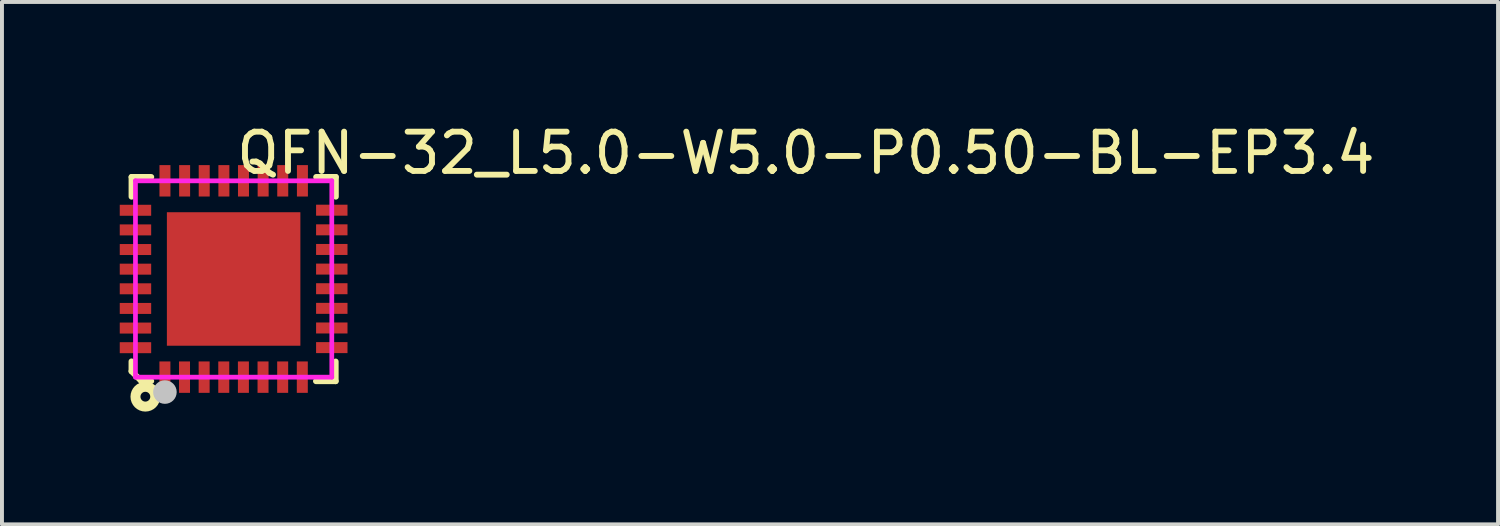
<source format=kicad_pcb>
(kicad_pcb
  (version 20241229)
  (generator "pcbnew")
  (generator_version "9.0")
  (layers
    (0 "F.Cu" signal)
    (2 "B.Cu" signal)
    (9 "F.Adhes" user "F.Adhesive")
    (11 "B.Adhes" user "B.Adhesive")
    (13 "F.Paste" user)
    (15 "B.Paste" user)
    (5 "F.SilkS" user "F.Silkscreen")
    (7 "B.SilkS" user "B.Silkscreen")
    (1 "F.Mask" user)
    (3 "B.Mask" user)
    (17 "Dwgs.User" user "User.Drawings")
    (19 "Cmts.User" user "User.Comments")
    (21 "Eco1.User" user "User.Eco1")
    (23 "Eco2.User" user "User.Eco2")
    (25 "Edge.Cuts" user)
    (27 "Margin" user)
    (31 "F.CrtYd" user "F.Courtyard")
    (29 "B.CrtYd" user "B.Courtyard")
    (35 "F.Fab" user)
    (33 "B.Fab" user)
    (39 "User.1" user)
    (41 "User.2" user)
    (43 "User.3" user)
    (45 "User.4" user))
  (footprint "QFN-32_L5.0-W5.0-P0.50-BL-EP3.4"
    (layer "F.Cu")
    (at 2.9 4.055)
    (property "Reference" "QFN-32_L5.0-W5.0-P0.50-BL-EP3.4" (at 0 -3.207 0) (layer "F.SilkS") (effects (font (size 1 1) (thickness 0.15)) (justify left)))
    (attr through_hole)
    (fp_line (start -2.6 2.1) (end -2.6 2.35) (stroke (width 0.152) (type solid)) (layer "F.SilkS"))
    (fp_line (start -2.6 2.35) (end -2.35 2.6) (stroke (width 0.152) (type solid)) (layer "F.SilkS"))
    (fp_line (start -2.599 -2.597) (end -2.599 -2.097) (stroke (width 0.152) (type solid)) (layer "F.SilkS"))
    (fp_line (start -2.599 -2.597) (end -2.099 -2.597) (stroke (width 0.152) (type solid)) (layer "F.SilkS"))
    (fp_line (start -2.35 2.6) (end -2.1 2.6) (stroke (width 0.152) (type solid)) (layer "F.SilkS"))
    (fp_line (start 2.598 2.602) (end 2.098 2.602) (stroke (width 0.152) (type solid)) (layer "F.SilkS"))
    (fp_line (start 2.598 2.602) (end 2.598 2.103) (stroke (width 0.152) (type solid)) (layer "F.SilkS"))
    (fp_line (start 2.602 -2.597) (end 2.103 -2.597) (stroke (width 0.152) (type solid)) (layer "F.SilkS"))
    (fp_line (start 2.602 -2.597) (end 2.602 -2.097) (stroke (width 0.152) (type solid)) (layer "F.SilkS"))
    (fp_circle (center -2.248 2.998) (end -2.123 2.998) (stroke (width 0.254) (type solid)) (fill no) (layer "F.SilkS"))
    (fp_circle (center -1.75 2.88) (end -1.6 2.88) (stroke (width 0.3) (type solid)) (fill no) (layer "Dwgs.User"))
    (fp_circle (center -2.5 2.5) (end -2.47 2.5) (stroke (width 0.06) (type solid)) (fill no) (layer "Eco2.User"))
    (fp_poly (pts (xy -2.1 -1.635) (xy -2.1 -1.865) (xy -2.5 -1.865) (xy -2.5 -1.635)) (stroke (width 0.12) (type solid)) (fill no) (layer "Eco2.User"))
    (fp_poly (pts (xy -2.1 -1.135) (xy -2.1 -1.365) (xy -2.5 -1.365) (xy -2.5 -1.135)) (stroke (width 0.12) (type solid)) (fill no) (layer "Eco2.User"))
    (fp_poly (pts (xy -2.1 -0.635) (xy -2.1 -0.865) (xy -2.5 -0.865) (xy -2.5 -0.635)) (stroke (width 0.12) (type solid)) (fill no) (layer "Eco2.User"))
    (fp_poly (pts (xy -2.1 -0.135) (xy -2.1 -0.365) (xy -2.5 -0.365) (xy -2.5 -0.135)) (stroke (width 0.12) (type solid)) (fill no) (layer "Eco2.User"))
    (fp_poly (pts (xy -2.1 0.365) (xy -2.1 0.135) (xy -2.5 0.135) (xy -2.5 0.365)) (stroke (width 0.12) (type solid)) (fill no) (layer "Eco2.User"))
    (fp_poly (pts (xy -2.1 0.865) (xy -2.1 0.635) (xy -2.5 0.635) (xy -2.5 0.865)) (stroke (width 0.12) (type solid)) (fill no) (layer "Eco2.User"))
    (fp_poly (pts (xy -2.1 1.365) (xy -2.1 1.135) (xy -2.5 1.135) (xy -2.5 1.365)) (stroke (width 0.12) (type solid)) (fill no) (layer "Eco2.User"))
    (fp_poly (pts (xy -2.1 1.865) (xy -2.1 1.635) (xy -2.5 1.635) (xy -2.5 1.865)) (stroke (width 0.12) (type solid)) (fill no) (layer "Eco2.User"))
    (fp_poly (pts (xy -1.865 -2.5) (xy -1.865 -2.1) (xy -1.635 -2.1) (xy -1.635 -2.5)) (stroke (width 0.12) (type solid)) (fill no) (layer "Eco2.User"))
    (fp_poly (pts (xy -1.865 2.5) (xy -1.865 2.1) (xy -1.635 2.1) (xy -1.635 2.5)) (stroke (width 0.12) (type solid)) (fill no) (layer "Eco2.User"))
    (fp_poly (pts (xy -1.365 -2.5) (xy -1.365 -2.1) (xy -1.135 -2.1) (xy -1.135 -2.5)) (stroke (width 0.12) (type solid)) (fill no) (layer "Eco2.User"))
    (fp_poly (pts (xy -1.365 2.5) (xy -1.365 2.1) (xy -1.135 2.1) (xy -1.135 2.5)) (stroke (width 0.12) (type solid)) (fill no) (layer "Eco2.User"))
    (fp_poly (pts (xy -0.865 -2.5) (xy -0.865 -2.1) (xy -0.635 -2.1) (xy -0.635 -2.5)) (stroke (width 0.12) (type solid)) (fill no) (layer "Eco2.User"))
    (fp_poly (pts (xy -0.865 2.5) (xy -0.865 2.1) (xy -0.635 2.1) (xy -0.635 2.5)) (stroke (width 0.12) (type solid)) (fill no) (layer "Eco2.User"))
    (fp_poly (pts (xy -0.365 -2.5) (xy -0.365 -2.1) (xy -0.135 -2.1) (xy -0.135 -2.5)) (stroke (width 0.12) (type solid)) (fill no) (layer "Eco2.User"))
    (fp_poly (pts (xy -0.365 2.5) (xy -0.365 2.1) (xy -0.135 2.1) (xy -0.135 2.5)) (stroke (width 0.12) (type solid)) (fill no) (layer "Eco2.User"))
    (fp_poly (pts (xy 0.135 -2.5) (xy 0.135 -2.1) (xy 0.365 -2.1) (xy 0.365 -2.5)) (stroke (width 0.12) (type solid)) (fill no) (layer "Eco2.User"))
    (fp_poly (pts (xy 0.135 2.5) (xy 0.135 2.1) (xy 0.365 2.1) (xy 0.365 2.5)) (stroke (width 0.12) (type solid)) (fill no) (layer "Eco2.User"))
    (fp_poly (pts (xy 0.635 -2.5) (xy 0.635 -2.1) (xy 0.865 -2.1) (xy 0.865 -2.5)) (stroke (width 0.12) (type solid)) (fill no) (layer "Eco2.User"))
    (fp_poly (pts (xy 0.635 2.5) (xy 0.635 2.1) (xy 0.865 2.1) (xy 0.865 2.5)) (stroke (width 0.12) (type solid)) (fill no) (layer "Eco2.User"))
    (fp_poly (pts (xy 1.135 -2.5) (xy 1.135 -2.1) (xy 1.365 -2.1) (xy 1.365 -2.5)) (stroke (width 0.12) (type solid)) (fill no) (layer "Eco2.User"))
    (fp_poly (pts (xy 1.135 2.5) (xy 1.135 2.1) (xy 1.365 2.1) (xy 1.365 2.5)) (stroke (width 0.12) (type solid)) (fill no) (layer "Eco2.User"))
    (fp_poly (pts (xy 1.635 -2.5) (xy 1.635 -2.1) (xy 1.865 -2.1) (xy 1.865 -2.5)) (stroke (width 0.12) (type solid)) (fill no) (layer "Eco2.User"))
    (fp_poly (pts (xy 1.635 2.5) (xy 1.635 2.1) (xy 1.865 2.1) (xy 1.865 2.5)) (stroke (width 0.12) (type solid)) (fill no) (layer "Eco2.User"))
    (fp_poly (pts (xy 1.7 1.7) (xy -1.7 1.7) (xy -1.7 -1.7) (xy 1.7 -1.7)) (stroke (width 0.12) (type solid)) (fill no) (layer "Eco2.User"))
    (fp_poly (pts (xy 2.1 -1.635) (xy 2.1 -1.865) (xy 2.5 -1.865) (xy 2.5 -1.635)) (stroke (width 0.12) (type solid)) (fill no) (layer "Eco2.User"))
    (fp_poly (pts (xy 2.1 -1.135) (xy 2.1 -1.365) (xy 2.5 -1.365) (xy 2.5 -1.135)) (stroke (width 0.12) (type solid)) (fill no) (layer "Eco2.User"))
    (fp_poly (pts (xy 2.1 -0.635) (xy 2.1 -0.865) (xy 2.5 -0.865) (xy 2.5 -0.635)) (stroke (width 0.12) (type solid)) (fill no) (layer "Eco2.User"))
    (fp_poly (pts (xy 2.1 -0.135) (xy 2.1 -0.365) (xy 2.5 -0.365) (xy 2.5 -0.135)) (stroke (width 0.12) (type solid)) (fill no) (layer "Eco2.User"))
    (fp_poly (pts (xy 2.1 0.365) (xy 2.1 0.135) (xy 2.5 0.135) (xy 2.5 0.365)) (stroke (width 0.12) (type solid)) (fill no) (layer "Eco2.User"))
    (fp_poly (pts (xy 2.1 0.865) (xy 2.1 0.635) (xy 2.5 0.635) (xy 2.5 0.865)) (stroke (width 0.12) (type solid)) (fill no) (layer "Eco2.User"))
    (fp_poly (pts (xy 2.1 1.365) (xy 2.1 1.135) (xy 2.5 1.135) (xy 2.5 1.365)) (stroke (width 0.12) (type solid)) (fill no) (layer "Eco2.User"))
    (fp_poly (pts (xy 2.1 1.865) (xy 2.1 1.635) (xy 2.5 1.635) (xy 2.5 1.865)) (stroke (width 0.12) (type solid)) (fill no) (layer "Eco2.User"))
    (fp_line (start -2.5 -2.5) (end 2.5 -2.5) (stroke (width 0.12) (type solid)) (layer "F.CrtYd"))
    (fp_line (start -2.5 2.5) (end -2.5 -2.5) (stroke (width 0.12) (type solid)) (layer "F.CrtYd"))
    (fp_line (start 2.5 -2.5) (end 2.5 2.5) (stroke (width 0.12) (type solid)) (layer "F.CrtYd"))
    (fp_line (start 2.5 2.5) (end -2.5 2.5) (stroke (width 0.12) (type solid)) (layer "F.CrtYd"))
    (pad "1" smd rect (at -1.75 2.5) (size 0.28 0.8) (layers "F.Cu" "F.Mask" "F.Paste"))
    (pad "2" smd rect (at -1.251 2.5) (size 0.28 0.8) (layers "F.Cu" "F.Mask" "F.Paste"))
    (pad "3" smd rect (at -0.751 2.5) (size 0.28 0.8) (layers "F.Cu" "F.Mask" "F.Paste"))
    (pad "4" smd rect (at -0.251 2.5) (size 0.28 0.8) (layers "F.Cu" "F.Mask" "F.Paste"))
    (pad "5" smd rect (at 0.249 2.5) (size 0.28 0.8) (layers "F.Cu" "F.Mask" "F.Paste"))
    (pad "6" smd rect (at 0.749 2.5) (size 0.28 0.8) (layers "F.Cu" "F.Mask" "F.Paste"))
    (pad "7" smd rect (at 1.249 2.5) (size 0.28 0.8) (layers "F.Cu" "F.Mask" "F.Paste"))
    (pad "8" smd rect (at 1.749 2.5) (size 0.28 0.8) (layers "F.Cu" "F.Mask" "F.Paste"))
    (pad "9" smd rect (at 2.5 1.748) (size 0.8 0.28) (layers "F.Cu" "F.Mask" "F.Paste"))
    (pad "10" smd rect (at 2.5 1.248) (size 0.8 0.28) (layers "F.Cu" "F.Mask" "F.Paste"))
    (pad "11" smd rect (at 2.5 0.748) (size 0.8 0.28) (layers "F.Cu" "F.Mask" "F.Paste"))
    (pad "12" smd rect (at 2.5 0.248) (size 0.8 0.28) (layers "F.Cu" "F.Mask" "F.Paste"))
    (pad "13" smd rect (at 2.5 -0.252) (size 0.8 0.28) (layers "F.Cu" "F.Mask" "F.Paste"))
    (pad "14" smd rect (at 2.5 -0.752) (size 0.8 0.28) (layers "F.Cu" "F.Mask" "F.Paste"))
    (pad "15" smd rect (at 2.5 -1.252) (size 0.8 0.28) (layers "F.Cu" "F.Mask" "F.Paste"))
    (pad "16" smd rect (at 2.5 -1.752) (size 0.8 0.28) (layers "F.Cu" "F.Mask" "F.Paste"))
    (pad "17" smd rect (at 1.752 -2.5) (size 0.28 0.8) (layers "F.Cu" "F.Mask" "F.Paste"))
    (pad "18" smd rect (at 1.251 -2.5) (size 0.28 0.8) (layers "F.Cu" "F.Mask" "F.Paste"))
    (pad "19" smd rect (at 0.752 -2.5) (size 0.28 0.8) (layers "F.Cu" "F.Mask" "F.Paste"))
    (pad "20" smd rect (at 0.251 -2.5) (size 0.28 0.8) (layers "F.Cu" "F.Mask" "F.Paste"))
    (pad "21" smd rect (at -0.248 -2.5) (size 0.28 0.8) (layers "F.Cu" "F.Mask" "F.Paste"))
    (pad "22" smd rect (at -0.749 -2.5) (size 0.28 0.8) (layers "F.Cu" "F.Mask" "F.Paste"))
    (pad "23" smd rect (at -1.248 -2.5) (size 0.28 0.8) (layers "F.Cu" "F.Mask" "F.Paste"))
    (pad "24" smd rect (at -1.749 -2.5) (size 0.28 0.8) (layers "F.Cu" "F.Mask" "F.Paste"))
    (pad "25" smd rect (at -2.5 -1.75) (size 0.8 0.28) (layers "F.Cu" "F.Mask" "F.Paste"))
    (pad "26" smd rect (at -2.5 -1.25) (size 0.8 0.28) (layers "F.Cu" "F.Mask" "F.Paste"))
    (pad "27" smd rect (at -2.5 -0.75) (size 0.8 0.28) (layers "F.Cu" "F.Mask" "F.Paste"))
    (pad "28" smd rect (at -2.5 -0.25) (size 0.8 0.28) (layers "F.Cu" "F.Mask" "F.Paste"))
    (pad "29" smd rect (at -2.5 0.25) (size 0.8 0.28) (layers "F.Cu" "F.Mask" "F.Paste"))
    (pad "30" smd rect (at -2.5 0.75) (size 0.8 0.28) (layers "F.Cu" "F.Mask" "F.Paste"))
    (pad "31" smd rect (at -2.5 1.25) (size 0.8 0.28) (layers "F.Cu" "F.Mask" "F.Paste"))
    (pad "32" smd rect (at -2.5 1.75) (size 0.8 0.28) (layers "F.Cu" "F.Mask" "F.Paste"))
    (pad "33" smd rect (at 0 0 180) (size 3.4 3.4) (layers "F.Cu" "F.Mask" "F.Paste")))
  (gr_rect
    (start -3 -3)
    (end 35.102 10.305)
    (stroke (width 0.1) (type default))
    (fill no)
    (layer "Edge.Cuts")))
</source>
